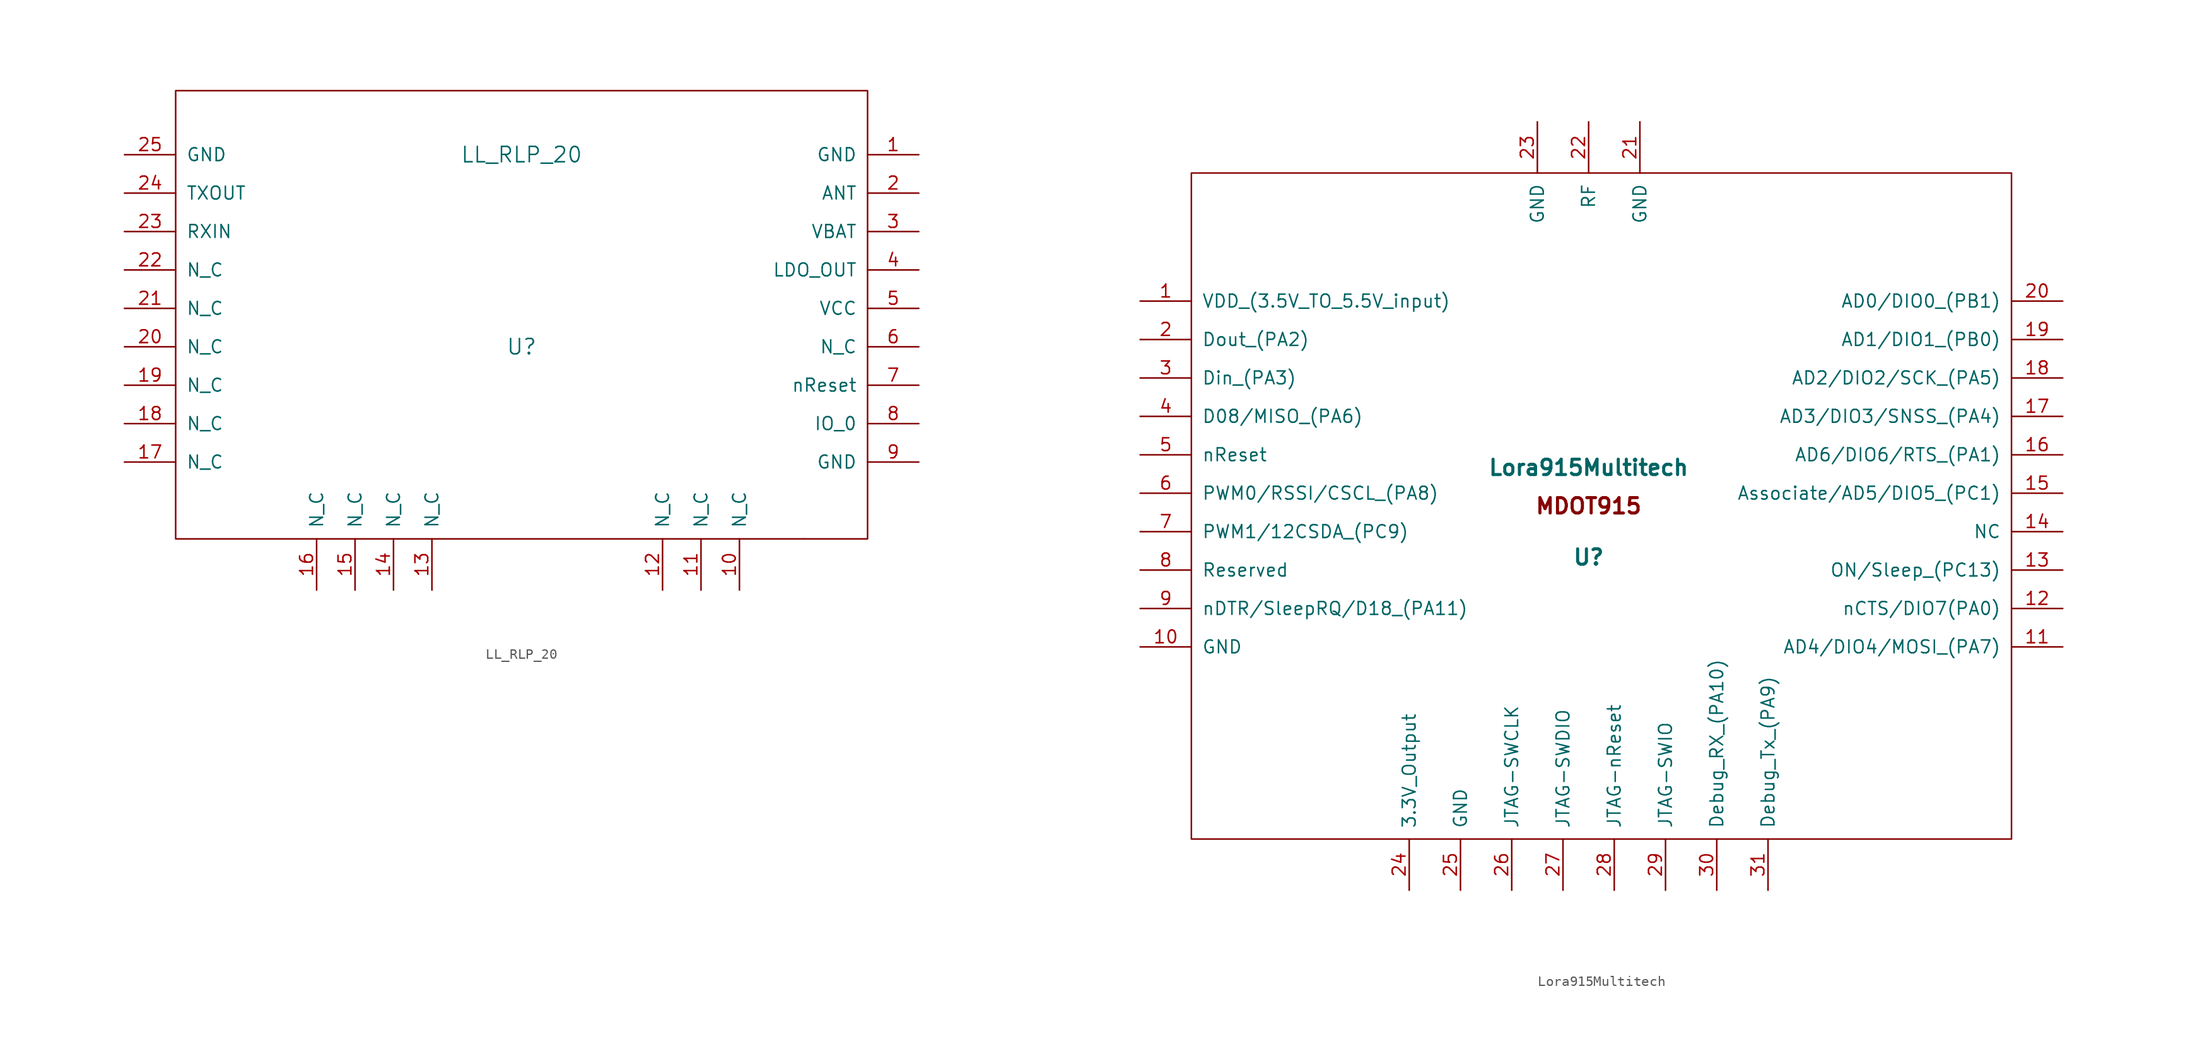
<source format=kicad_sym>
(kicad_symbol_lib
  (version 20211014)
  (generator kicad_symbol_editor)
  (symbol "LL_RLP_20"
    (pin_names
      (offset 1.016))
    (property "Reference" "U"
      (at 0 -1.27 0)
      (effects (font (size 1.524 1.524))))
    (property "Value" "LL_RLP_20"
      (at 0 17.78 0)
      (effects (font (size 1.524 1.524))))
    (property "Footprint" ""
      (at 0 0 0)
      (effects (font (size 1.524 1.524))))
    (property "Datasheet" ""
      (at 0 0 0)
      (effects (font (size 1.524 1.524))))
    (symbol "LL_RLP_20_0_1"
      (rectangle (start -34.29 -20.32) (end 34.29 24.13) (stroke (width 0) (type default) (color 0 0 0 0)) (fill (type none)))
      (rectangle (start 27.94 -20.32) (end 27.94 -20.32) (stroke (width 0) (type default) (color 0 0 0 0)) (fill (type none))))
    (symbol "LL_RLP_20_1_1"
      (pin input line (at 39.37 17.78 180) (length 5.08) (name "GND" (effects (font (size 1.27 1.27)))) (number "1" (effects (font (size 1.27 1.27)))))
      (pin input line (at 21.59 -25.4 90) (length 5.08) (name "N_C" (effects (font (size 1.27 1.27)))) (number "10" (effects (font (size 1.27 1.27)))))
      (pin input line (at 17.78 -25.4 90) (length 5.08) (name "N_C" (effects (font (size 1.27 1.27)))) (number "11" (effects (font (size 1.27 1.27)))))
      (pin input line (at 13.97 -25.4 90) (length 5.08) (name "N_C" (effects (font (size 1.27 1.27)))) (number "12" (effects (font (size 1.27 1.27)))))
      (pin input line (at -8.89 -25.4 90) (length 5.08) (name "N_C" (effects (font (size 1.27 1.27)))) (number "13" (effects (font (size 1.27 1.27)))))
      (pin input line (at -12.7 -25.4 90) (length 5.08) (name "N_C" (effects (font (size 1.27 1.27)))) (number "14" (effects (font (size 1.27 1.27)))))
      (pin input line (at -16.51 -25.4 90) (length 5.08) (name "N_C" (effects (font (size 1.27 1.27)))) (number "15" (effects (font (size 1.27 1.27)))))
      (pin input line (at -20.32 -25.4 90) (length 5.08) (name "N_C" (effects (font (size 1.27 1.27)))) (number "16" (effects (font (size 1.27 1.27)))))
      (pin input line (at -39.37 -12.7 0) (length 5.08) (name "N_C" (effects (font (size 1.27 1.27)))) (number "17" (effects (font (size 1.27 1.27)))))
      (pin input line (at -39.37 -8.89 0) (length 5.08) (name "N_C" (effects (font (size 1.27 1.27)))) (number "18" (effects (font (size 1.27 1.27)))))
      (pin input line (at -39.37 -5.08 0) (length 5.08) (name "N_C" (effects (font (size 1.27 1.27)))) (number "19" (effects (font (size 1.27 1.27)))))
      (pin input line (at 39.37 13.97 180) (length 5.08) (name "ANT" (effects (font (size 1.27 1.27)))) (number "2" (effects (font (size 1.27 1.27)))))
      (pin input line (at -39.37 -1.27 0) (length 5.08) (name "N_C" (effects (font (size 1.27 1.27)))) (number "20" (effects (font (size 1.27 1.27)))))
      (pin input line (at -39.37 2.54 0) (length 5.08) (name "N_C" (effects (font (size 1.27 1.27)))) (number "21" (effects (font (size 1.27 1.27)))))
      (pin input line (at -39.37 6.35 0) (length 5.08) (name "N_C" (effects (font (size 1.27 1.27)))) (number "22" (effects (font (size 1.27 1.27)))))
      (pin input line (at -39.37 10.16 0) (length 5.08) (name "RXIN" (effects (font (size 1.27 1.27)))) (number "23" (effects (font (size 1.27 1.27)))))
      (pin input line (at -39.37 13.97 0) (length 5.08) (name "TXOUT" (effects (font (size 1.27 1.27)))) (number "24" (effects (font (size 1.27 1.27)))))
      (pin input line (at -39.37 17.78 0) (length 5.08) (name "GND" (effects (font (size 1.27 1.27)))) (number "25" (effects (font (size 1.27 1.27)))))
      (pin input line (at 39.37 10.16 180) (length 5.08) (name "VBAT" (effects (font (size 1.27 1.27)))) (number "3" (effects (font (size 1.27 1.27)))))
      (pin input line (at 39.37 6.35 180) (length 5.08) (name "LDO_OUT" (effects (font (size 1.27 1.27)))) (number "4" (effects (font (size 1.27 1.27)))))
      (pin input line (at 39.37 2.54 180) (length 5.08) (name "VCC" (effects (font (size 1.27 1.27)))) (number "5" (effects (font (size 1.27 1.27)))))
      (pin input line (at 39.37 -1.27 180) (length 5.08) (name "N_C" (effects (font (size 1.27 1.27)))) (number "6" (effects (font (size 1.27 1.27)))))
      (pin input line (at 39.37 -5.08 180) (length 5.08) (name "nReset" (effects (font (size 1.27 1.27)))) (number "7" (effects (font (size 1.27 1.27)))))
      (pin input line (at 39.37 -8.89 180) (length 5.08) (name "IO_0" (effects (font (size 1.27 1.27)))) (number "8" (effects (font (size 1.27 1.27)))))
      (pin input line (at 39.37 -12.7 180) (length 5.08) (name "GND" (effects (font (size 1.27 1.27)))) (number "9" (effects (font (size 1.27 1.27)))))))
  (symbol "Lora915Multitech"
    (pin_names
      (offset 1.016))
    (property "Reference" "U"
      (at 0 -8.89 0)
      (effects (font (size 1.524 1.524) bold)))
    (property "Value" "Lora915Multitech"
      (at 0 0 0)
      (effects (font (size 1.524 1.524) bold)))
    (property "Footprint" ""
      (at -16.51 6.35 0)
      (effects (font (size 1.524 1.524))))
    (property "Datasheet" ""
      (at -16.51 6.35 0)
      (effects (font (size 1.524 1.524))))
    (symbol "Lora915Multitech_0_0"
      (text "MDOT915" (at 0 -3.81 0) (effects (font (size 1.524 1.524) bold))))
    (symbol "Lora915Multitech_0_1"
      (rectangle (start -39.37 29.21) (end 41.91 -36.83) (stroke (width 0) (type default) (color 0 0 0 0)) (fill (type none))))
    (symbol "Lora915Multitech_1_1"
      (pin input line (at -44.45 16.51 0) (length 5.08) (name "VDD_(3.5V_TO_5.5V_input)" (effects (font (size 1.27 1.27)))) (number "1" (effects (font (size 1.27 1.27)))))
      (pin input line (at -44.45 -17.78 0) (length 5.08) (name "GND" (effects (font (size 1.27 1.27)))) (number "10" (effects (font (size 1.27 1.27)))))
      (pin input line (at 46.99 -17.78 180) (length 5.08) (name "AD4/DIO4/MOSI_(PA7)" (effects (font (size 1.27 1.27)))) (number "11" (effects (font (size 1.27 1.27)))))
      (pin input line (at 46.99 -13.97 180) (length 5.08) (name "nCTS/DIO7(PA0)" (effects (font (size 1.27 1.27)))) (number "12" (effects (font (size 1.27 1.27)))))
      (pin input line (at 46.99 -10.16 180) (length 5.08) (name "ON/Sleep_(PC13)" (effects (font (size 1.27 1.27)))) (number "13" (effects (font (size 1.27 1.27)))))
      (pin input line (at 46.99 -6.35 180) (length 5.08) (name "NC" (effects (font (size 1.27 1.27)))) (number "14" (effects (font (size 1.27 1.27)))))
      (pin input line (at 46.99 -2.54 180) (length 5.08) (name "Associate/AD5/DIO5_(PC1)" (effects (font (size 1.27 1.27)))) (number "15" (effects (font (size 1.27 1.27)))))
      (pin input line (at 46.99 1.27 180) (length 5.08) (name "AD6/DIO6/RTS_(PA1)" (effects (font (size 1.27 1.27)))) (number "16" (effects (font (size 1.27 1.27)))))
      (pin input line (at 46.99 5.08 180) (length 5.08) (name "AD3/DIO3/SNSS_(PA4)" (effects (font (size 1.27 1.27)))) (number "17" (effects (font (size 1.27 1.27)))))
      (pin input line (at 46.99 8.89 180) (length 5.08) (name "AD2/DIO2/SCK_(PA5)" (effects (font (size 1.27 1.27)))) (number "18" (effects (font (size 1.27 1.27)))))
      (pin input line (at 46.99 12.7 180) (length 5.08) (name "AD1/DIO1_(PB0)" (effects (font (size 1.27 1.27)))) (number "19" (effects (font (size 1.27 1.27)))))
      (pin input line (at -44.45 12.7 0) (length 5.08) (name "Dout_(PA2)" (effects (font (size 1.27 1.27)))) (number "2" (effects (font (size 1.27 1.27)))))
      (pin input line (at 46.99 16.51 180) (length 5.08) (name "AD0/DIO0_(PB1)" (effects (font (size 1.27 1.27)))) (number "20" (effects (font (size 1.27 1.27)))))
      (pin input line (at 5.08 34.29 270) (length 5.08) (name "GND" (effects (font (size 1.27 1.27)))) (number "21" (effects (font (size 1.27 1.27)))))
      (pin input line (at 0 34.29 270) (length 5.08) (name "RF" (effects (font (size 1.27 1.27)))) (number "22" (effects (font (size 1.27 1.27)))))
      (pin input line (at -5.08 34.29 270) (length 5.08) (name "GND" (effects (font (size 1.27 1.27)))) (number "23" (effects (font (size 1.27 1.27)))))
      (pin input line (at -17.78 -41.91 90) (length 5.08) (name "3.3V_Output" (effects (font (size 1.27 1.27)))) (number "24" (effects (font (size 1.27 1.27)))))
      (pin input line (at -12.7 -41.91 90) (length 5.08) (name "GND" (effects (font (size 1.27 1.27)))) (number "25" (effects (font (size 1.27 1.27)))))
      (pin input line (at -7.62 -41.91 90) (length 5.08) (name "JTAG-SWCLK" (effects (font (size 1.27 1.27)))) (number "26" (effects (font (size 1.27 1.27)))))
      (pin input line (at -2.54 -41.91 90) (length 5.08) (name "JTAG-SWDIO" (effects (font (size 1.27 1.27)))) (number "27" (effects (font (size 1.27 1.27)))))
      (pin input line (at 2.54 -41.91 90) (length 5.08) (name "JTAG-nReset" (effects (font (size 1.27 1.27)))) (number "28" (effects (font (size 1.27 1.27)))))
      (pin input line (at 7.62 -41.91 90) (length 5.08) (name "JTAG-SWIO" (effects (font (size 1.27 1.27)))) (number "29" (effects (font (size 1.27 1.27)))))
      (pin input line (at -44.45 8.89 0) (length 5.08) (name "Din_(PA3)" (effects (font (size 1.27 1.27)))) (number "3" (effects (font (size 1.27 1.27)))))
      (pin input line (at 12.7 -41.91 90) (length 5.08) (name "Debug_RX_(PA10)" (effects (font (size 1.27 1.27)))) (number "30" (effects (font (size 1.27 1.27)))))
      (pin input line (at 17.78 -41.91 90) (length 5.08) (name "Debug_Tx_(PA9)" (effects (font (size 1.27 1.27)))) (number "31" (effects (font (size 1.27 1.27)))))
      (pin input line (at -44.45 5.08 0) (length 5.08) (name "D08/MISO_(PA6)" (effects (font (size 1.27 1.27)))) (number "4" (effects (font (size 1.27 1.27)))))
      (pin input line (at -44.45 1.27 0) (length 5.08) (name "nReset" (effects (font (size 1.27 1.27)))) (number "5" (effects (font (size 1.27 1.27)))))
      (pin input line (at -44.45 -2.54 0) (length 5.08) (name "PWM0/RSSI/CSCL_(PA8)" (effects (font (size 1.27 1.27)))) (number "6" (effects (font (size 1.27 1.27)))))
      (pin input line (at -44.45 -6.35 0) (length 5.08) (name "PWM1/12CSDA_(PC9)" (effects (font (size 1.27 1.27)))) (number "7" (effects (font (size 1.27 1.27)))))
      (pin input line (at -44.45 -10.16 0) (length 5.08) (name "Reserved" (effects (font (size 1.27 1.27)))) (number "8" (effects (font (size 1.27 1.27)))))
      (pin input line (at -44.45 -13.97 0) (length 5.08) (name "nDTR/SleepRQ/D18_(PA11)" (effects (font (size 1.27 1.27)))) (number "9" (effects (font (size 1.27 1.27))))))))
</source>
